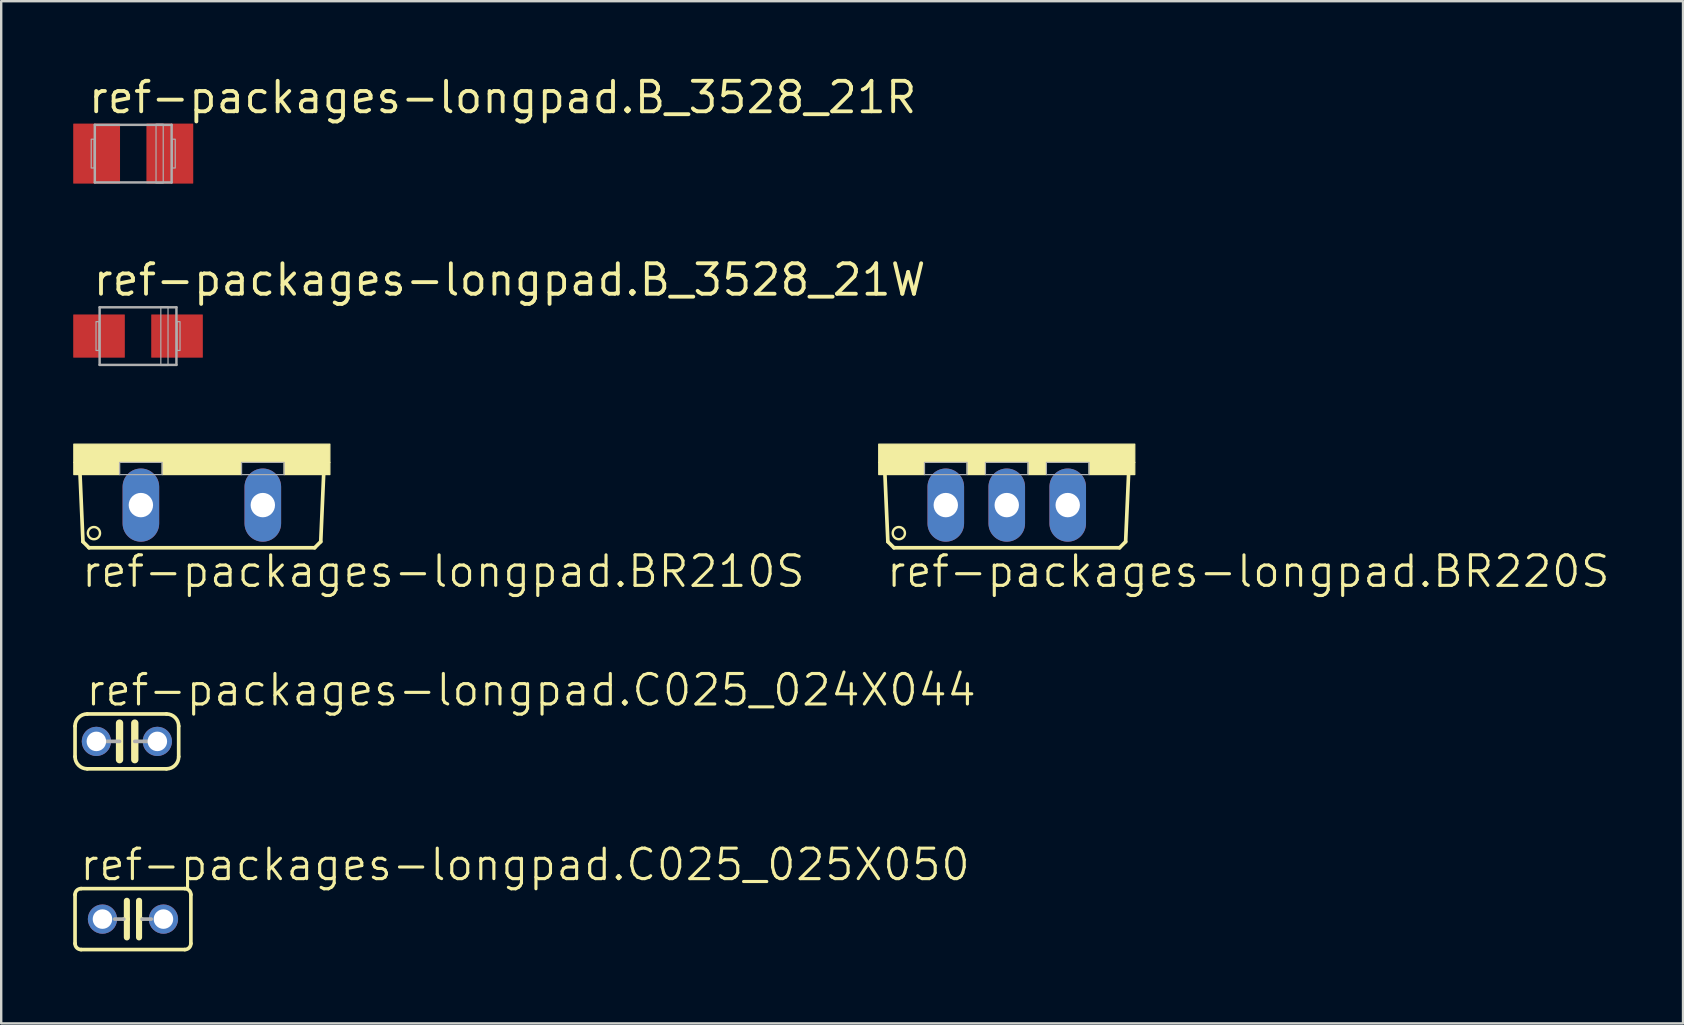
<source format=kicad_pcb>
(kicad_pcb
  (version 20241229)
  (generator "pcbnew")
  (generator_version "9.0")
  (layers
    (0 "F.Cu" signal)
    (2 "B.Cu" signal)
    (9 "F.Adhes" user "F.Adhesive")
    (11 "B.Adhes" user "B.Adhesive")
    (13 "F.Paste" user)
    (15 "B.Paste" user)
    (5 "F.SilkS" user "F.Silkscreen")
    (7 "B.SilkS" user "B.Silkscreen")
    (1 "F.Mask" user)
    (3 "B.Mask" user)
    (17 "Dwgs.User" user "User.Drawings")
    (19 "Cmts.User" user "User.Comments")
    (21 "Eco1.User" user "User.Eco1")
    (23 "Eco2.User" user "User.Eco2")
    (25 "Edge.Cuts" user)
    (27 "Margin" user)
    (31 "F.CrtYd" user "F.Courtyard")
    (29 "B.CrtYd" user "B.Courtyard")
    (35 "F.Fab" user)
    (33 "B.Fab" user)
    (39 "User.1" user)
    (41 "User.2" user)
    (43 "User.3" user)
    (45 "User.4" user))
  (footprint "ref-packages-longpad.C025_024X044"
    (layer "F.Cu")
    (at 2.235 27.836)
    (property "Reference" "ref-packages-longpad.C025_024X044" (at -1.778 -1.397 0) (layer "F.SilkS") (effects (font (size 1.27 1.27) (thickness 0.13)) (justify left bottom)))
    (attr through_hole)
    (fp_line (start -2.159 0.635) (end -2.159 -0.635) (stroke (width 0.152) (type default)) (layer "F.SilkS"))
    (fp_line (start -0.305 -0.762) (end -0.305 0.762) (stroke (width 0.305) (type default)) (layer "F.SilkS"))
    (fp_line (start 0.33 -0.762) (end 0.33 0.762) (stroke (width 0.305) (type default)) (layer "F.SilkS"))
    (fp_line (start 1.651 -1.143) (end -1.651 -1.143) (stroke (width 0.152) (type default)) (layer "F.SilkS"))
    (fp_line (start 1.651 1.143) (end -1.651 1.143) (stroke (width 0.152) (type default)) (layer "F.SilkS"))
    (fp_line (start 2.159 0.635) (end 2.159 -0.635) (stroke (width 0.152) (type default)) (layer "F.SilkS"))
    (fp_arc (start -2.159 -0.635) (mid -2.01021 -0.99421) (end -1.651 -1.143) (stroke (width 0.1524) (type default)) (layer "F.SilkS"))
    (fp_arc (start -1.651 1.143) (mid -2.01021 0.99421) (end -2.159 0.635) (stroke (width 0.1524) (type default)) (layer "F.SilkS"))
    (fp_arc (start 1.651 -1.143) (mid 2.01021 -0.99421) (end 2.159 -0.635) (stroke (width 0.1524) (type default)) (layer "F.SilkS"))
    (fp_arc (start 2.159 0.635) (mid 2.01021 0.99421) (end 1.651 1.143) (stroke (width 0.1524) (type default)) (layer "F.SilkS"))
    (fp_line (start -1.27 0) (end -0.305 0) (stroke (width 0.152) (type default)) (layer "F.Fab"))
    (fp_line (start 1.27 0) (end 0.33 0) (stroke (width 0.152) (type default)) (layer "F.Fab"))
    (pad "1" thru_hole circle (at -1.27 0) (size 1.219 1.219) (drill 0.813) (layers "*.Cu" "*.Mask"))
    (pad "2" thru_hole circle (at 1.27 0) (size 1.219 1.219) (drill 0.813) (layers "*.Cu" "*.Mask")))
  (footprint "ref-packages-longpad.C025_025X050"
    (layer "F.Cu")
    (at 2.489 35.239)
    (property "Reference" "ref-packages-longpad.C025_025X050" (at -2.286 -1.524 0) (layer "F.SilkS") (effects (font (size 1.27 1.27) (thickness 0.13)) (justify left bottom)))
    (attr through_hole)
    (fp_line (start -2.413 -1.016) (end -2.413 1.016) (stroke (width 0.152) (type default)) (layer "F.SilkS"))
    (fp_line (start -2.159 -1.27) (end 2.159 -1.27) (stroke (width 0.152) (type default)) (layer "F.SilkS"))
    (fp_line (start -0.254 -0.762) (end -0.254 0) (stroke (width 0.254) (type default)) (layer "F.SilkS"))
    (fp_line (start -0.254 0) (end -0.381 0) (stroke (width 0.152) (type default)) (layer "F.SilkS"))
    (fp_line (start -0.254 0) (end -0.254 0.762) (stroke (width 0.254) (type default)) (layer "F.SilkS"))
    (fp_line (start 0.254 0) (end 0.254 -0.762) (stroke (width 0.254) (type default)) (layer "F.SilkS"))
    (fp_line (start 0.254 0) (end 0.254 0.762) (stroke (width 0.254) (type default)) (layer "F.SilkS"))
    (fp_line (start 0.381 0) (end 0.254 0) (stroke (width 0.152) (type default)) (layer "F.SilkS"))
    (fp_line (start 2.159 1.27) (end -2.159 1.27) (stroke (width 0.152) (type default)) (layer "F.SilkS"))
    (fp_line (start 2.413 -1.016) (end 2.413 1.016) (stroke (width 0.152) (type default)) (layer "F.SilkS"))
    (fp_arc (start -2.413 -1.016) (mid -2.338605 -1.195605) (end -2.159 -1.27) (stroke (width 0.1524) (type default)) (layer "F.SilkS"))
    (fp_arc (start -2.159 1.27) (mid -2.338605 1.195605) (end -2.413 1.016) (stroke (width 0.1524) (type default)) (layer "F.SilkS"))
    (fp_arc (start 2.159 -1.27) (mid 2.338605 -1.195605) (end 2.413 -1.016) (stroke (width 0.1524) (type default)) (layer "F.SilkS"))
    (fp_arc (start 2.413 1.016) (mid 2.338605 1.195605) (end 2.159 1.27) (stroke (width 0.1524) (type default)) (layer "F.SilkS"))
    (fp_line (start -0.381 0) (end -0.762 0) (stroke (width 0.152) (type default)) (layer "F.Fab"))
    (fp_line (start 0.762 0) (end 0.381 0) (stroke (width 0.152) (type default)) (layer "F.Fab"))
    (pad "1" thru_hole circle (at -1.27 0) (size 1.219 1.219) (drill 0.813) (layers "*.Cu" "*.Mask"))
    (pad "2" thru_hole circle (at 1.27 0) (size 1.219 1.219) (drill 0.813) (layers "*.Cu" "*.Mask")))
  (footprint "ref-packages-longpad.BR210S"
    (layer "F.Cu")
    (at 5.359 15.452)
    (property "Reference" "ref-packages-longpad.BR210S" (at -5.08 6.045 0) (layer "F.SilkS") (effects (font (size 1.27 1.27) (thickness 0.13)) (justify left bottom)))
    (attr through_hole)
    (fp_line (start -4.953 4.064) (end -5.08 1.143) (stroke (width 0.152) (type default)) (layer "F.SilkS"))
    (fp_line (start -4.953 4.064) (end -4.699 4.318) (stroke (width 0.152) (type default)) (layer "F.SilkS"))
    (fp_line (start 4.699 4.318) (end -4.699 4.318) (stroke (width 0.152) (type default)) (layer "F.SilkS"))
    (fp_line (start 4.699 4.318) (end 4.953 4.064) (stroke (width 0.152) (type default)) (layer "F.SilkS"))
    (fp_line (start 5.08 1.143) (end 4.953 4.064) (stroke (width 0.152) (type default)) (layer "F.SilkS"))
    (fp_rect (start -5.334 0.762) (end 5.334 0) (stroke (width 0.05) (type default)) (fill yes) (layer "F.SilkS"))
    (fp_rect (start -5.334 1.27) (end -3.429 0.762) (stroke (width 0.05) (type default)) (fill yes) (layer "F.SilkS"))
    (fp_rect (start -1.651 1.27) (end 1.651 0.762) (stroke (width 0.05) (type default)) (fill yes) (layer "F.SilkS"))
    (fp_rect (start 3.429 1.27) (end 5.334 0.762) (stroke (width 0.05) (type default)) (fill yes) (layer "F.SilkS"))
    (fp_circle (center -4.496 3.708) (end -4.242 3.708) (stroke (width 0.1) (type default)) (fill no) (layer "F.SilkS"))
    (fp_rect (start -3.429 1.27) (end -1.651 0.762) (stroke (width 0.05) (type default)) (fill no) (layer "F.Fab"))
    (fp_rect (start 1.651 1.27) (end 3.429 0.762) (stroke (width 0.05) (type default)) (fill no) (layer "F.Fab"))
    (pad "T1" thru_hole oval (at -2.54 2.54 90) (size 3.048 1.524) (drill 1.016) (layers "*.Cu" "*.Mask"))
    (pad "T2" thru_hole oval (at 2.54 2.54 90) (size 3.048 1.524) (drill 1.016) (layers "*.Cu" "*.Mask")))
  (footprint "ref-packages-longpad.BR220S"
    (layer "F.Cu")
    (at 38.891 15.452)
    (property "Reference" "ref-packages-longpad.BR220S" (at -5.08 6.045 0) (layer "F.SilkS") (effects (font (size 1.27 1.27) (thickness 0.13)) (justify left bottom)))
    (attr through_hole)
    (fp_line (start -4.953 4.064) (end -5.08 1.143) (stroke (width 0.152) (type default)) (layer "F.SilkS"))
    (fp_line (start -4.953 4.064) (end -4.699 4.318) (stroke (width 0.152) (type default)) (layer "F.SilkS"))
    (fp_line (start 4.699 4.318) (end -4.699 4.318) (stroke (width 0.152) (type default)) (layer "F.SilkS"))
    (fp_line (start 4.699 4.318) (end 4.953 4.064) (stroke (width 0.152) (type default)) (layer "F.SilkS"))
    (fp_line (start 5.08 1.143) (end 4.953 4.064) (stroke (width 0.152) (type default)) (layer "F.SilkS"))
    (fp_rect (start -5.334 0.762) (end 5.334 0) (stroke (width 0.05) (type default)) (fill yes) (layer "F.SilkS"))
    (fp_rect (start -5.334 1.27) (end -3.429 0.762) (stroke (width 0.05) (type default)) (fill yes) (layer "F.SilkS"))
    (fp_rect (start -1.651 1.27) (end -0.889 0.762) (stroke (width 0.05) (type default)) (fill yes) (layer "F.SilkS"))
    (fp_rect (start 0.889 1.27) (end 1.651 0.762) (stroke (width 0.05) (type default)) (fill yes) (layer "F.SilkS"))
    (fp_rect (start 3.429 1.27) (end 5.334 0.762) (stroke (width 0.05) (type default)) (fill yes) (layer "F.SilkS"))
    (fp_circle (center -4.496 3.708) (end -4.242 3.708) (stroke (width 0.1) (type default)) (fill no) (layer "F.SilkS"))
    (fp_rect (start -3.429 1.27) (end -1.651 0.762) (stroke (width 0.05) (type default)) (fill no) (layer "F.Fab"))
    (fp_rect (start -0.889 1.27) (end 0.889 0.762) (stroke (width 0.05) (type default)) (fill no) (layer "F.Fab"))
    (fp_rect (start 1.651 1.27) (end 3.429 0.762) (stroke (width 0.05) (type default)) (fill no) (layer "F.Fab"))
    (pad "T1" thru_hole oval (at -2.54 2.54 90) (size 3.048 1.524) (drill 1.016) (layers "*.Cu" "*.Mask"))
    (pad "T2" thru_hole oval (at 0 2.54 90) (size 3.048 1.524) (drill 1.016) (layers "*.Cu" "*.Mask"))
    (pad "T3" thru_hole oval (at 2.54 2.54 90) (size 3.048 1.524) (drill 1.016) (layers "*.Cu" "*.Mask")))
  (footprint "ref-packages-longpad.B_3528_21W"
    (layer "F.Cu")
    (at 2.7 10.951)
    (property "Reference" "ref-packages-longpad.B_3528_21W" (at -1.95 -1.6 0) (layer "F.SilkS") (effects (font (size 1.27 1.27) (thickness 0.16)) (justify left bottom)))
    (attr smd)
    (fp_line (start -1.6 -1.2) (end 1.6 -1.2) (stroke (width 0.102) (type default)) (layer "F.Fab"))
    (fp_line (start -1.6 1.2) (end -1.6 -1.2) (stroke (width 0.102) (type default)) (layer "F.Fab"))
    (fp_line (start 1.6 -1.2) (end 1.6 1.2) (stroke (width 0.102) (type default)) (layer "F.Fab"))
    (fp_line (start 1.6 1.2) (end -1.6 1.2) (stroke (width 0.102) (type default)) (layer "F.Fab"))
    (fp_rect (start -1.75 0.6) (end -1.625 -0.6) (stroke (width 0.05) (type default)) (fill no) (layer "F.Fab"))
    (fp_rect (start 0.95 1.225) (end 1.25 -1.225) (stroke (width 0.05) (type default)) (fill no) (layer "F.Fab"))
    (fp_rect (start 1.625 0.6) (end 1.75 -0.6) (stroke (width 0.05) (type default)) (fill no) (layer "F.Fab"))
    (pad "+" smd roundrect (at 1.625 0) (size 2.15 1.8) (layers "F.Cu" "F.Mask" "F.Paste") (roundrect_rratio 0.01))
    (pad "-" smd roundrect (at -1.625 0) (size 2.15 1.8) (layers "F.Cu" "F.Mask" "F.Paste") (roundrect_rratio 0.01)))
  (footprint "ref-packages-longpad.B_3528_21R"
    (layer "F.Cu")
    (at 2.5 3.35)
    (property "Reference" "ref-packages-longpad.B_3528_21R" (at -1.95 -1.6 0) (layer "F.SilkS") (effects (font (size 1.27 1.27) (thickness 0.16)) (justify left bottom)))
    (attr smd)
    (fp_line (start -1.6 -1.2) (end 1.6 -1.2) (stroke (width 0.102) (type default)) (layer "F.Fab"))
    (fp_line (start -1.6 1.2) (end -1.6 -1.2) (stroke (width 0.102) (type default)) (layer "F.Fab"))
    (fp_line (start 1.6 -1.2) (end 1.6 1.2) (stroke (width 0.102) (type default)) (layer "F.Fab"))
    (fp_line (start 1.6 1.2) (end -1.6 1.2) (stroke (width 0.102) (type default)) (layer "F.Fab"))
    (fp_rect (start -1.75 0.6) (end -1.625 -0.6) (stroke (width 0.05) (type default)) (fill no) (layer "F.Fab"))
    (fp_rect (start 0.95 1.225) (end 1.25 -1.225) (stroke (width 0.05) (type default)) (fill no) (layer "F.Fab"))
    (fp_rect (start 1.625 0.6) (end 1.75 -0.6) (stroke (width 0.05) (type default)) (fill no) (layer "F.Fab"))
    (pad "+" smd roundrect (at 1.525 0) (size 1.95 2.5) (layers "F.Cu" "F.Mask" "F.Paste") (roundrect_rratio 0.01))
    (pad "-" smd roundrect (at -1.525 0) (size 1.95 2.5) (layers "F.Cu" "F.Mask" "F.Paste") (roundrect_rratio 0.01)))
  (gr_rect
    (start -3 -3)
    (end 67.064 39.585)
    (stroke (width 0.1) (type default))
    (fill no)
    (layer "Edge.Cuts")))
</source>
